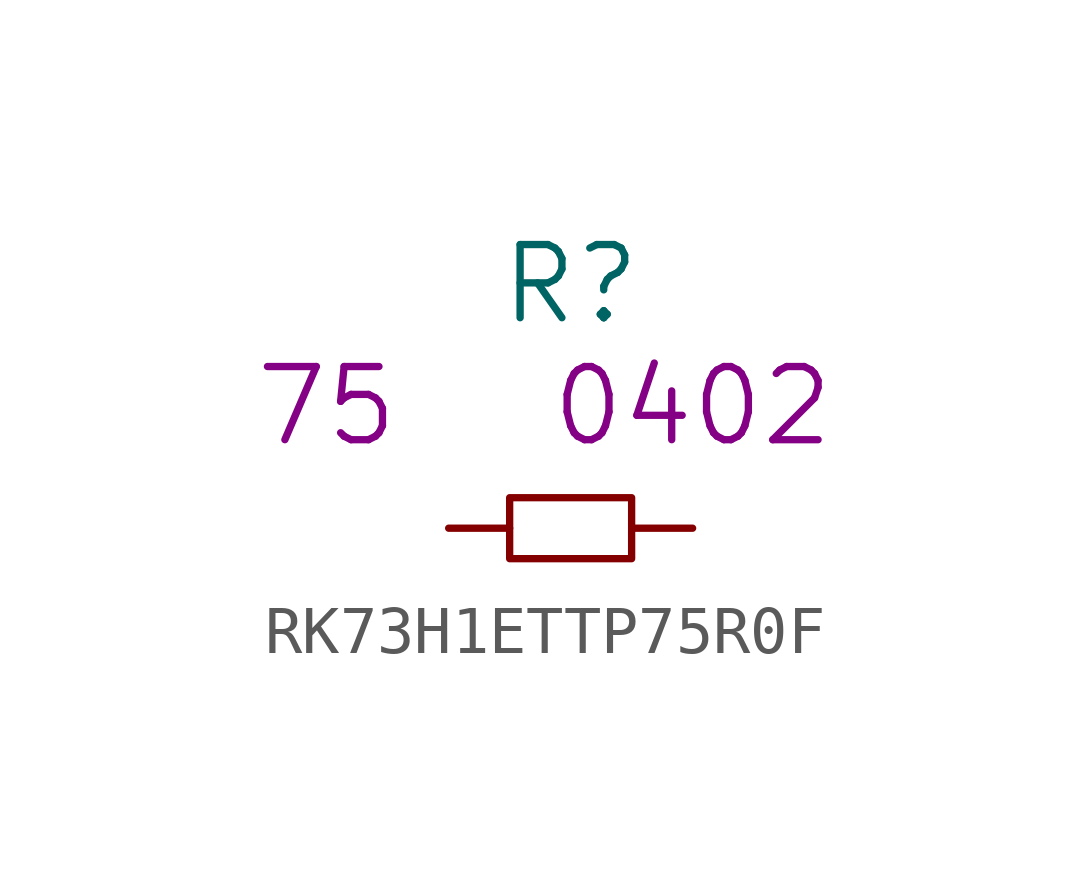
<source format=kicad_sym>
(kicad_symbol_lib
  (version 20220914)
  (generator kicad_symbol_editor)
  (symbol "RK73H1ETTP75R0F"
    (pin_numbers hide)
    (pin_names
      (offset 1.016) hide)
    (property "Reference" "R"
      (at 0 5.08 0)
      (effects (font (size 1.524 1.524))))
    (property "Datasheet" ""
      (at 0 5.08 0)
      (effects (font (size 1.524 1.524))))
    (property "Value2" "75"
      (at -5.08 2.54 0)
      (effects (font (size 1.524 1.524))))
    (property "Size" "0402"
      (at 2.54 2.54 0)
      (effects (font (size 1.524 1.524))))
    (symbol "RK73H1ETTP75R0F_0_1"
      (rectangle (start -1.27 0.635) (end 1.27 -0.635) (stroke (width 0) (type solid)) (fill (type none))))
    (symbol "RK73H1ETTP75R0F_1_1"
      (pin passive line (at -2.54 0 0) (length 1.27) (name "1" (effects (font (size 1.27 1.27)))) (number "1" (effects (font (size 1.27 1.27)))))
      (pin passive line (at 2.54 0 180) (length 1.27) (name "2" (effects (font (size 1.27 1.27)))) (number "2" (effects (font (size 1.27 1.27))))))))
</source>
